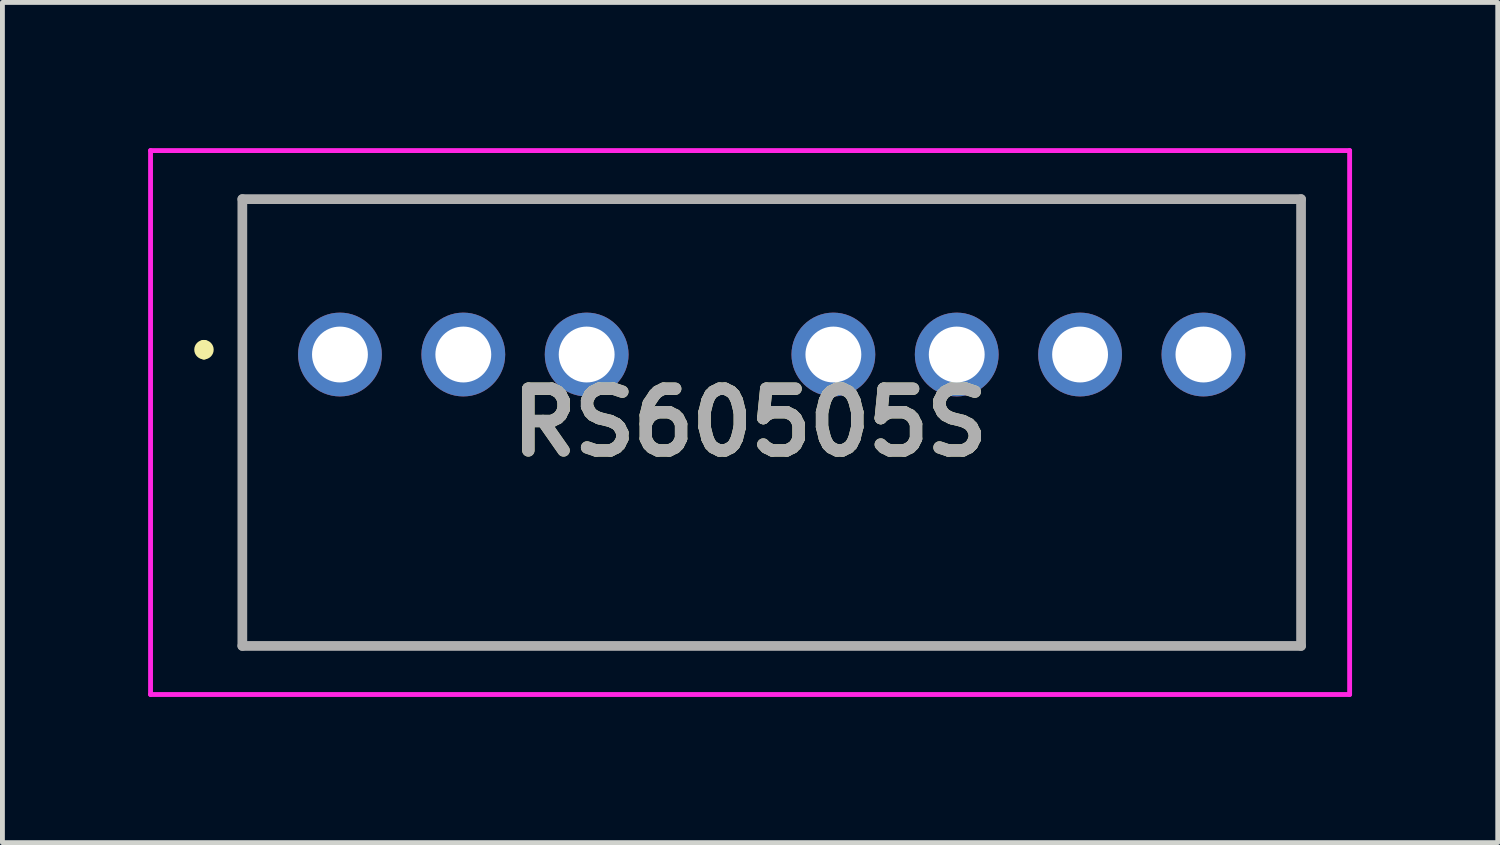
<source format=kicad_pcb>
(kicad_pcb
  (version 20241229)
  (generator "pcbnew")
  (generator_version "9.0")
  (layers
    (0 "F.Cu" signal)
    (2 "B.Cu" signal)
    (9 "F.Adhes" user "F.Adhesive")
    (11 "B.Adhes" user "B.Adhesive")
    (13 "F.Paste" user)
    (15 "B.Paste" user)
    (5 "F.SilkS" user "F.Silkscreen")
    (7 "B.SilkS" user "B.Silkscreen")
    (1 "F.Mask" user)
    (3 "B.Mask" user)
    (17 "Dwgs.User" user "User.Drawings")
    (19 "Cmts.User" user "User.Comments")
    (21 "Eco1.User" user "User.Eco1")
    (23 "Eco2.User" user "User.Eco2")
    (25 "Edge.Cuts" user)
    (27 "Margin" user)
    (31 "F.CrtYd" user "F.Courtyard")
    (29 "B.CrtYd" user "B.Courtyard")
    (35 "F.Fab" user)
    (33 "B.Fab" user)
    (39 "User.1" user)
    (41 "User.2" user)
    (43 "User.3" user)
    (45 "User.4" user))
  (footprint "RS60505S"
    (layer "F.Cu")
    (at 3.95 4.25)
    (property "Reference" "RS60505S" (at 8.445 1.4 0) (layer "F.SilkS") (effects (font (size 1.27 1.27) (thickness 0.254))))
    (attr through_hole)
    (fp_line (start -2.8 -0.2) (end -2.8 -0.2) (stroke (width 0.2) (type solid)) (layer "F.SilkS"))
    (fp_line (start -2.8 0) (end -2.8 0) (stroke (width 0.2) (type solid)) (layer "F.SilkS"))
    (fp_line (start -2.01 -3.2) (end 19.79 -3.2) (stroke (width 0.1) (type solid)) (layer "F.SilkS"))
    (fp_line (start -2.01 6) (end -2.01 -3.2) (stroke (width 0.1) (type solid)) (layer "F.SilkS"))
    (fp_line (start 19.79 -3.2) (end 19.79 6) (stroke (width 0.1) (type solid)) (layer "F.SilkS"))
    (fp_line (start 19.79 6) (end -2.01 6) (stroke (width 0.1) (type solid)) (layer "F.SilkS"))
    (fp_arc (start -2.8 -0.2) (mid -2.7 -0.1) (end -2.8 0) (stroke (width 0.2) (type solid)) (layer "F.SilkS"))
    (fp_arc (start -2.8 0) (mid -2.9 -0.1) (end -2.8 -0.2) (stroke (width 0.2) (type solid)) (layer "F.SilkS"))
    (fp_line (start -3.9 -4.2) (end 20.79 -4.2) (stroke (width 0.1) (type solid)) (layer "F.CrtYd"))
    (fp_line (start -3.9 7) (end -3.9 -4.2) (stroke (width 0.1) (type solid)) (layer "F.CrtYd"))
    (fp_line (start 20.79 -4.2) (end 20.79 7) (stroke (width 0.1) (type solid)) (layer "F.CrtYd"))
    (fp_line (start 20.79 7) (end -3.9 7) (stroke (width 0.1) (type solid)) (layer "F.CrtYd"))
    (fp_line (start -2.01 -3.2) (end 19.79 -3.2) (stroke (width 0.2) (type solid)) (layer "F.Fab"))
    (fp_line (start -2.01 6) (end -2.01 -3.2) (stroke (width 0.2) (type solid)) (layer "F.Fab"))
    (fp_line (start 19.79 -3.2) (end 19.79 6) (stroke (width 0.2) (type solid)) (layer "F.Fab"))
    (fp_line (start 19.79 6) (end -2.01 6) (stroke (width 0.2) (type solid)) (layer "F.Fab"))
    (fp_text user "${REFERENCE}" (at 8.445 1.4 0) (layer "F.Fab") (effects (font (size 1.27 1.27) (thickness 0.254))))
    (pad "1" thru_hole circle (at 0 0) (size 1.725 1.725) (drill 1.15) (layers "*.Cu" "*.Mask"))
    (pad "2" thru_hole circle (at 2.54 0) (size 1.725 1.725) (drill 1.15) (layers "*.Cu" "*.Mask"))
    (pad "3" thru_hole circle (at 5.08 0) (size 1.725 1.725) (drill 1.15) (layers "*.Cu" "*.Mask"))
    (pad "5" thru_hole circle (at 10.16 0) (size 1.725 1.725) (drill 1.15) (layers "*.Cu" "*.Mask"))
    (pad "6" thru_hole circle (at 12.7 0) (size 1.725 1.725) (drill 1.15) (layers "*.Cu" "*.Mask"))
    (pad "7" thru_hole circle (at 15.24 0) (size 1.725 1.725) (drill 1.15) (layers "*.Cu" "*.Mask"))
    (pad "8" thru_hole circle (at 17.78 0) (size 1.725 1.725) (drill 1.15) (layers "*.Cu" "*.Mask")))
  (gr_rect
    (start -3 -3)
    (end 27.79 14.3)
    (stroke (width 0.1) (type default))
    (fill no)
    (layer "Edge.Cuts")))
</source>
